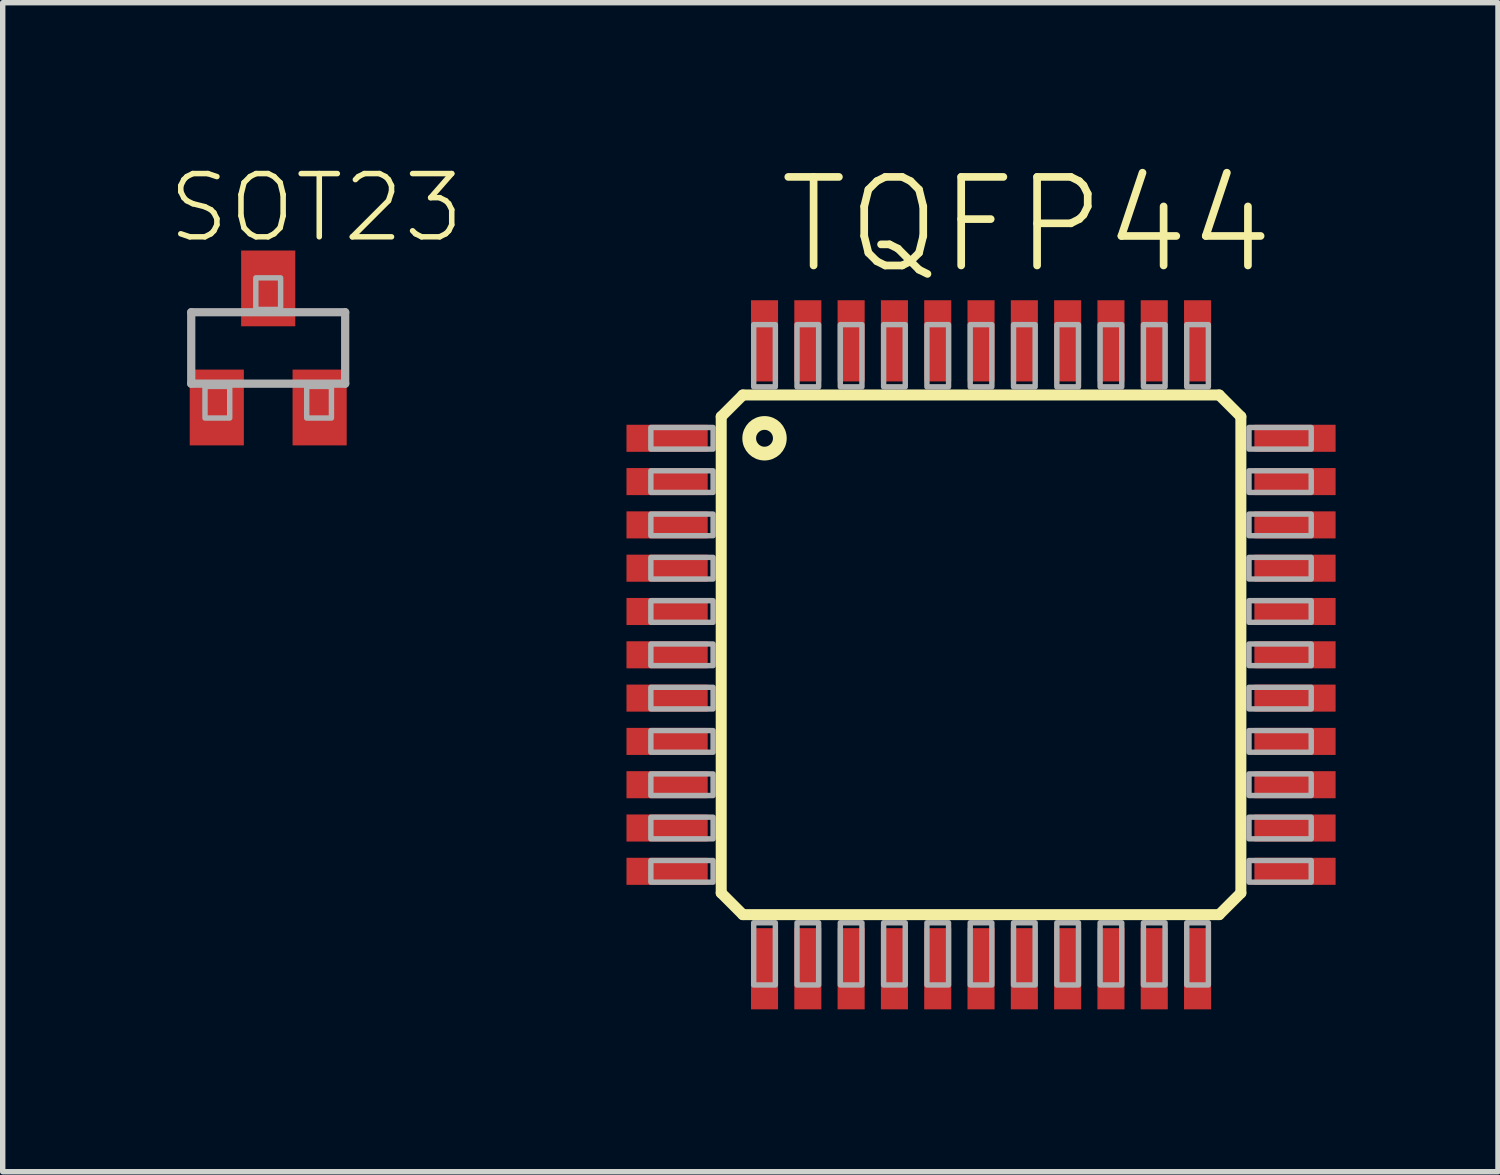
<source format=kicad_pcb>
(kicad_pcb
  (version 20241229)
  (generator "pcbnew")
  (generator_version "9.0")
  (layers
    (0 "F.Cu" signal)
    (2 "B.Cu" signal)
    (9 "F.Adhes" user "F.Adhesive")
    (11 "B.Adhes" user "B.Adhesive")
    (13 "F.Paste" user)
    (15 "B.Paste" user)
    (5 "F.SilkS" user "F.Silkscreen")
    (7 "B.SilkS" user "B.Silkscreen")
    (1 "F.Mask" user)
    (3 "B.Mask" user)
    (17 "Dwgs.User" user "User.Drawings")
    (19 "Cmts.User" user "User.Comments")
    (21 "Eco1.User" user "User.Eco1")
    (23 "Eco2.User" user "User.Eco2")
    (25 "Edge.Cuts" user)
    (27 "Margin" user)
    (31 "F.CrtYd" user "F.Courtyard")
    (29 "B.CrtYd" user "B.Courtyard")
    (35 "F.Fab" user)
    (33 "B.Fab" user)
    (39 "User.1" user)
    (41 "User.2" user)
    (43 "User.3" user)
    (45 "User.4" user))
  (footprint "SOT23"
    (layer "F.Cu")
    (at 1.905 3.378)
    (property "Reference" "SOT23" (at -1.905 -1.905 0) (layer "F.SilkS") (effects (font (size 1.168 1.168) (thickness 0.102)) (justify left bottom)))
    (fp_line (start -1.422 -0.66) (end 1.422 -0.66) (stroke (width 0.152) (type solid)) (layer "F.Fab"))
    (fp_line (start -1.422 0.66) (end -1.422 -0.66) (stroke (width 0.152) (type solid)) (layer "F.Fab"))
    (fp_line (start 1.422 -0.66) (end 1.422 0.66) (stroke (width 0.152) (type solid)) (layer "F.Fab"))
    (fp_line (start 1.422 0.66) (end -1.422 0.66) (stroke (width 0.152) (type solid)) (layer "F.Fab"))
    (fp_poly (pts (xy -1.168 1.295) (xy -0.711 1.295) (xy -0.711 0.711) (xy -1.168 0.711)) (stroke (width 0.1) (type solid)) (fill no) (layer "F.Fab"))
    (fp_poly (pts (xy -0.229 -0.711) (xy 0.229 -0.711) (xy 0.229 -1.295) (xy -0.229 -1.295)) (stroke (width 0.1) (type solid)) (fill no) (layer "F.Fab"))
    (fp_poly (pts (xy 0.711 1.295) (xy 1.168 1.295) (xy 1.168 0.711) (xy 0.711 0.711)) (stroke (width 0.1) (type solid)) (fill no) (layer "F.Fab"))
    (pad "1" smd rect (at -0.95 1.1) (size 1 1.4) (layers "F.Cu" "F.Mask" "F.Paste"))
    (pad "2" smd rect (at 0.95 1.1) (size 1 1.4) (layers "F.Cu" "F.Mask" "F.Paste"))
    (pad "3" smd rect (at 0 -1.1) (size 1 1.4) (layers "F.Cu" "F.Mask" "F.Paste")))
  (footprint "TQFP44"
    (layer "F.Cu")
    (at 15.074 9.047)
    (property "Reference" "TQFP44" (at -3.81 -6.985 0) (layer "F.SilkS") (effects (font (size 1.636 1.636) (thickness 0.142)) (justify left bottom)))
    (fp_line (start -4.8 -4.4) (end -4.4 -4.8) (stroke (width 0.203) (type solid)) (layer "F.SilkS"))
    (fp_line (start -4.8 4.4) (end -4.8 -4.4) (stroke (width 0.203) (type solid)) (layer "F.SilkS"))
    (fp_line (start -4.4 -4.8) (end 4.4 -4.8) (stroke (width 0.203) (type solid)) (layer "F.SilkS"))
    (fp_line (start -4.4 4.8) (end -4.8 4.4) (stroke (width 0.203) (type solid)) (layer "F.SilkS"))
    (fp_line (start 4.4 -4.8) (end 4.8 -4.4) (stroke (width 0.203) (type solid)) (layer "F.SilkS"))
    (fp_line (start 4.4 4.8) (end -4.4 4.8) (stroke (width 0.203) (type solid)) (layer "F.SilkS"))
    (fp_line (start 4.8 -4.4) (end 4.8 4.4) (stroke (width 0.203) (type solid)) (layer "F.SilkS"))
    (fp_line (start 4.8 4.4) (end 4.4 4.8) (stroke (width 0.203) (type solid)) (layer "F.SilkS"))
    (fp_circle (center -4 -4) (end -3.717 -4) (stroke (width 0.254) (type solid)) (fill no) (layer "F.SilkS"))
    (fp_poly (pts (xy -6.1 -3.8) (xy -4.95 -3.8) (xy -4.95 -4.2) (xy -6.1 -4.2)) (stroke (width 0.1) (type solid)) (fill no) (layer "F.Fab"))
    (fp_poly (pts (xy -6.1 -3) (xy -4.95 -3) (xy -4.95 -3.4) (xy -6.1 -3.4)) (stroke (width 0.1) (type solid)) (fill no) (layer "F.Fab"))
    (fp_poly (pts (xy -6.1 -2.2) (xy -4.95 -2.2) (xy -4.95 -2.6) (xy -6.1 -2.6)) (stroke (width 0.1) (type solid)) (fill no) (layer "F.Fab"))
    (fp_poly (pts (xy -6.1 -1.4) (xy -4.95 -1.4) (xy -4.95 -1.8) (xy -6.1 -1.8)) (stroke (width 0.1) (type solid)) (fill no) (layer "F.Fab"))
    (fp_poly (pts (xy -6.1 -0.6) (xy -4.95 -0.6) (xy -4.95 -1) (xy -6.1 -1)) (stroke (width 0.1) (type solid)) (fill no) (layer "F.Fab"))
    (fp_poly (pts (xy -6.1 0.2) (xy -4.95 0.2) (xy -4.95 -0.2) (xy -6.1 -0.2)) (stroke (width 0.1) (type solid)) (fill no) (layer "F.Fab"))
    (fp_poly (pts (xy -6.1 1) (xy -4.95 1) (xy -4.95 0.6) (xy -6.1 0.6)) (stroke (width 0.1) (type solid)) (fill no) (layer "F.Fab"))
    (fp_poly (pts (xy -6.1 1.8) (xy -4.95 1.8) (xy -4.95 1.4) (xy -6.1 1.4)) (stroke (width 0.1) (type solid)) (fill no) (layer "F.Fab"))
    (fp_poly (pts (xy -6.1 2.6) (xy -4.95 2.6) (xy -4.95 2.2) (xy -6.1 2.2)) (stroke (width 0.1) (type solid)) (fill no) (layer "F.Fab"))
    (fp_poly (pts (xy -6.1 3.4) (xy -4.95 3.4) (xy -4.95 3) (xy -6.1 3)) (stroke (width 0.1) (type solid)) (fill no) (layer "F.Fab"))
    (fp_poly (pts (xy -6.1 4.2) (xy -4.95 4.2) (xy -4.95 3.8) (xy -6.1 3.8)) (stroke (width 0.1) (type solid)) (fill no) (layer "F.Fab"))
    (fp_poly (pts (xy -4.2 -4.95) (xy -3.8 -4.95) (xy -3.8 -6.1) (xy -4.2 -6.1)) (stroke (width 0.1) (type solid)) (fill no) (layer "F.Fab"))
    (fp_poly (pts (xy -4.2 6.1) (xy -3.8 6.1) (xy -3.8 4.95) (xy -4.2 4.95)) (stroke (width 0.1) (type solid)) (fill no) (layer "F.Fab"))
    (fp_poly (pts (xy -3.4 -4.95) (xy -3 -4.95) (xy -3 -6.1) (xy -3.4 -6.1)) (stroke (width 0.1) (type solid)) (fill no) (layer "F.Fab"))
    (fp_poly (pts (xy -3.4 6.1) (xy -3 6.1) (xy -3 4.95) (xy -3.4 4.95)) (stroke (width 0.1) (type solid)) (fill no) (layer "F.Fab"))
    (fp_poly (pts (xy -2.6 -4.95) (xy -2.2 -4.95) (xy -2.2 -6.1) (xy -2.6 -6.1)) (stroke (width 0.1) (type solid)) (fill no) (layer "F.Fab"))
    (fp_poly (pts (xy -2.6 6.1) (xy -2.2 6.1) (xy -2.2 4.95) (xy -2.6 4.95)) (stroke (width 0.1) (type solid)) (fill no) (layer "F.Fab"))
    (fp_poly (pts (xy -1.8 -4.95) (xy -1.4 -4.95) (xy -1.4 -6.1) (xy -1.8 -6.1)) (stroke (width 0.1) (type solid)) (fill no) (layer "F.Fab"))
    (fp_poly (pts (xy -1.8 6.1) (xy -1.4 6.1) (xy -1.4 4.95) (xy -1.8 4.95)) (stroke (width 0.1) (type solid)) (fill no) (layer "F.Fab"))
    (fp_poly (pts (xy -1 -4.95) (xy -0.6 -4.95) (xy -0.6 -6.1) (xy -1 -6.1)) (stroke (width 0.1) (type solid)) (fill no) (layer "F.Fab"))
    (fp_poly (pts (xy -1 6.1) (xy -0.6 6.1) (xy -0.6 4.95) (xy -1 4.95)) (stroke (width 0.1) (type solid)) (fill no) (layer "F.Fab"))
    (fp_poly (pts (xy -0.2 -4.95) (xy 0.2 -4.95) (xy 0.2 -6.1) (xy -0.2 -6.1)) (stroke (width 0.1) (type solid)) (fill no) (layer "F.Fab"))
    (fp_poly (pts (xy -0.2 6.1) (xy 0.2 6.1) (xy 0.2 4.95) (xy -0.2 4.95)) (stroke (width 0.1) (type solid)) (fill no) (layer "F.Fab"))
    (fp_poly (pts (xy 0.6 -4.95) (xy 1 -4.95) (xy 1 -6.1) (xy 0.6 -6.1)) (stroke (width 0.1) (type solid)) (fill no) (layer "F.Fab"))
    (fp_poly (pts (xy 0.6 6.1) (xy 1 6.1) (xy 1 4.95) (xy 0.6 4.95)) (stroke (width 0.1) (type solid)) (fill no) (layer "F.Fab"))
    (fp_poly (pts (xy 1.4 -4.95) (xy 1.8 -4.95) (xy 1.8 -6.1) (xy 1.4 -6.1)) (stroke (width 0.1) (type solid)) (fill no) (layer "F.Fab"))
    (fp_poly (pts (xy 1.4 6.1) (xy 1.8 6.1) (xy 1.8 4.95) (xy 1.4 4.95)) (stroke (width 0.1) (type solid)) (fill no) (layer "F.Fab"))
    (fp_poly (pts (xy 2.2 -4.95) (xy 2.6 -4.95) (xy 2.6 -6.1) (xy 2.2 -6.1)) (stroke (width 0.1) (type solid)) (fill no) (layer "F.Fab"))
    (fp_poly (pts (xy 2.2 6.1) (xy 2.6 6.1) (xy 2.6 4.95) (xy 2.2 4.95)) (stroke (width 0.1) (type solid)) (fill no) (layer "F.Fab"))
    (fp_poly (pts (xy 3 -4.95) (xy 3.4 -4.95) (xy 3.4 -6.1) (xy 3 -6.1)) (stroke (width 0.1) (type solid)) (fill no) (layer "F.Fab"))
    (fp_poly (pts (xy 3 6.1) (xy 3.4 6.1) (xy 3.4 4.95) (xy 3 4.95)) (stroke (width 0.1) (type solid)) (fill no) (layer "F.Fab"))
    (fp_poly (pts (xy 3.8 -4.95) (xy 4.2 -4.95) (xy 4.2 -6.1) (xy 3.8 -6.1)) (stroke (width 0.1) (type solid)) (fill no) (layer "F.Fab"))
    (fp_poly (pts (xy 3.8 6.1) (xy 4.2 6.1) (xy 4.2 4.95) (xy 3.8 4.95)) (stroke (width 0.1) (type solid)) (fill no) (layer "F.Fab"))
    (fp_poly (pts (xy 4.95 -3.8) (xy 6.1 -3.8) (xy 6.1 -4.2) (xy 4.95 -4.2)) (stroke (width 0.1) (type solid)) (fill no) (layer "F.Fab"))
    (fp_poly (pts (xy 4.95 -3) (xy 6.1 -3) (xy 6.1 -3.4) (xy 4.95 -3.4)) (stroke (width 0.1) (type solid)) (fill no) (layer "F.Fab"))
    (fp_poly (pts (xy 4.95 -2.2) (xy 6.1 -2.2) (xy 6.1 -2.6) (xy 4.95 -2.6)) (stroke (width 0.1) (type solid)) (fill no) (layer "F.Fab"))
    (fp_poly (pts (xy 4.95 -1.4) (xy 6.1 -1.4) (xy 6.1 -1.8) (xy 4.95 -1.8)) (stroke (width 0.1) (type solid)) (fill no) (layer "F.Fab"))
    (fp_poly (pts (xy 4.95 -0.6) (xy 6.1 -0.6) (xy 6.1 -1) (xy 4.95 -1)) (stroke (width 0.1) (type solid)) (fill no) (layer "F.Fab"))
    (fp_poly (pts (xy 4.95 0.2) (xy 6.1 0.2) (xy 6.1 -0.2) (xy 4.95 -0.2)) (stroke (width 0.1) (type solid)) (fill no) (layer "F.Fab"))
    (fp_poly (pts (xy 4.95 1) (xy 6.1 1) (xy 6.1 0.6) (xy 4.95 0.6)) (stroke (width 0.1) (type solid)) (fill no) (layer "F.Fab"))
    (fp_poly (pts (xy 4.95 1.8) (xy 6.1 1.8) (xy 6.1 1.4) (xy 4.95 1.4)) (stroke (width 0.1) (type solid)) (fill no) (layer "F.Fab"))
    (fp_poly (pts (xy 4.95 2.6) (xy 6.1 2.6) (xy 6.1 2.2) (xy 4.95 2.2)) (stroke (width 0.1) (type solid)) (fill no) (layer "F.Fab"))
    (fp_poly (pts (xy 4.95 3.4) (xy 6.1 3.4) (xy 6.1 3) (xy 4.95 3)) (stroke (width 0.1) (type solid)) (fill no) (layer "F.Fab"))
    (fp_poly (pts (xy 4.95 4.2) (xy 6.1 4.2) (xy 6.1 3.8) (xy 4.95 3.8)) (stroke (width 0.1) (type solid)) (fill no) (layer "F.Fab"))
    (pad "1" smd rect (at -5.8 -4) (size 1.5 0.5) (layers "F.Cu" "F.Mask" "F.Paste"))
    (pad "2" smd rect (at -5.8 -3.2) (size 1.5 0.5) (layers "F.Cu" "F.Mask" "F.Paste"))
    (pad "3" smd rect (at -5.8 -2.4) (size 1.5 0.5) (layers "F.Cu" "F.Mask" "F.Paste"))
    (pad "4" smd rect (at -5.8 -1.6) (size 1.5 0.5) (layers "F.Cu" "F.Mask" "F.Paste"))
    (pad "5" smd rect (at -5.8 -0.8) (size 1.5 0.5) (layers "F.Cu" "F.Mask" "F.Paste"))
    (pad "6" smd rect (at -5.8 0) (size 1.5 0.5) (layers "F.Cu" "F.Mask" "F.Paste"))
    (pad "7" smd rect (at -5.8 0.8) (size 1.5 0.5) (layers "F.Cu" "F.Mask" "F.Paste"))
    (pad "8" smd rect (at -5.8 1.6) (size 1.5 0.5) (layers "F.Cu" "F.Mask" "F.Paste"))
    (pad "9" smd rect (at -5.8 2.4) (size 1.5 0.5) (layers "F.Cu" "F.Mask" "F.Paste"))
    (pad "10" smd rect (at -5.8 3.2) (size 1.5 0.5) (layers "F.Cu" "F.Mask" "F.Paste"))
    (pad "11" smd rect (at -5.8 4) (size 1.5 0.5) (layers "F.Cu" "F.Mask" "F.Paste"))
    (pad "12" smd rect (at -4 5.8) (size 0.5 1.5) (layers "F.Cu" "F.Mask" "F.Paste"))
    (pad "13" smd rect (at -3.2 5.8) (size 0.5 1.5) (layers "F.Cu" "F.Mask" "F.Paste"))
    (pad "14" smd rect (at -2.4 5.8) (size 0.5 1.5) (layers "F.Cu" "F.Mask" "F.Paste"))
    (pad "15" smd rect (at -1.6 5.8) (size 0.5 1.5) (layers "F.Cu" "F.Mask" "F.Paste"))
    (pad "16" smd rect (at -0.8 5.8) (size 0.5 1.5) (layers "F.Cu" "F.Mask" "F.Paste"))
    (pad "17" smd rect (at 0 5.8) (size 0.5 1.5) (layers "F.Cu" "F.Mask" "F.Paste"))
    (pad "18" smd rect (at 0.8 5.8) (size 0.5 1.5) (layers "F.Cu" "F.Mask" "F.Paste"))
    (pad "19" smd rect (at 1.6 5.8) (size 0.5 1.5) (layers "F.Cu" "F.Mask" "F.Paste"))
    (pad "20" smd rect (at 2.4 5.8) (size 0.5 1.5) (layers "F.Cu" "F.Mask" "F.Paste"))
    (pad "21" smd rect (at 3.2 5.8) (size 0.5 1.5) (layers "F.Cu" "F.Mask" "F.Paste"))
    (pad "22" smd rect (at 4 5.8) (size 0.5 1.5) (layers "F.Cu" "F.Mask" "F.Paste"))
    (pad "23" smd rect (at 5.8 4) (size 1.5 0.5) (layers "F.Cu" "F.Mask" "F.Paste"))
    (pad "24" smd rect (at 5.8 3.2) (size 1.5 0.5) (layers "F.Cu" "F.Mask" "F.Paste"))
    (pad "25" smd rect (at 5.8 2.4) (size 1.5 0.5) (layers "F.Cu" "F.Mask" "F.Paste"))
    (pad "26" smd rect (at 5.8 1.6) (size 1.5 0.5) (layers "F.Cu" "F.Mask" "F.Paste"))
    (pad "27" smd rect (at 5.8 0.8) (size 1.5 0.5) (layers "F.Cu" "F.Mask" "F.Paste"))
    (pad "28" smd rect (at 5.8 0) (size 1.5 0.5) (layers "F.Cu" "F.Mask" "F.Paste"))
    (pad "29" smd rect (at 5.8 -0.8) (size 1.5 0.5) (layers "F.Cu" "F.Mask" "F.Paste"))
    (pad "30" smd rect (at 5.8 -1.6) (size 1.5 0.5) (layers "F.Cu" "F.Mask" "F.Paste"))
    (pad "31" smd rect (at 5.8 -2.4) (size 1.5 0.5) (layers "F.Cu" "F.Mask" "F.Paste"))
    (pad "32" smd rect (at 5.8 -3.2) (size 1.5 0.5) (layers "F.Cu" "F.Mask" "F.Paste"))
    (pad "33" smd rect (at 5.8 -4) (size 1.5 0.5) (layers "F.Cu" "F.Mask" "F.Paste"))
    (pad "34" smd rect (at 4 -5.8) (size 0.5 1.5) (layers "F.Cu" "F.Mask" "F.Paste"))
    (pad "35" smd rect (at 3.2 -5.8) (size 0.5 1.5) (layers "F.Cu" "F.Mask" "F.Paste"))
    (pad "36" smd rect (at 2.4 -5.8) (size 0.5 1.5) (layers "F.Cu" "F.Mask" "F.Paste"))
    (pad "37" smd rect (at 1.6 -5.8) (size 0.5 1.5) (layers "F.Cu" "F.Mask" "F.Paste"))
    (pad "38" smd rect (at 0.8 -5.8) (size 0.5 1.5) (layers "F.Cu" "F.Mask" "F.Paste"))
    (pad "39" smd rect (at 0 -5.8) (size 0.5 1.5) (layers "F.Cu" "F.Mask" "F.Paste"))
    (pad "40" smd rect (at -0.8 -5.8) (size 0.5 1.5) (layers "F.Cu" "F.Mask" "F.Paste"))
    (pad "41" smd rect (at -1.6 -5.8) (size 0.5 1.5) (layers "F.Cu" "F.Mask" "F.Paste"))
    (pad "42" smd rect (at -2.4 -5.8) (size 0.5 1.5) (layers "F.Cu" "F.Mask" "F.Paste"))
    (pad "43" smd rect (at -3.2 -5.8) (size 0.5 1.5) (layers "F.Cu" "F.Mask" "F.Paste"))
    (pad "44" smd rect (at -4 -5.8) (size 0.5 1.5) (layers "F.Cu" "F.Mask" "F.Paste")))
  (gr_rect
    (start -3 -3)
    (end 24.624 18.597)
    (stroke (width 0.1) (type default))
    (fill no)
    (layer "Edge.Cuts")))
</source>
